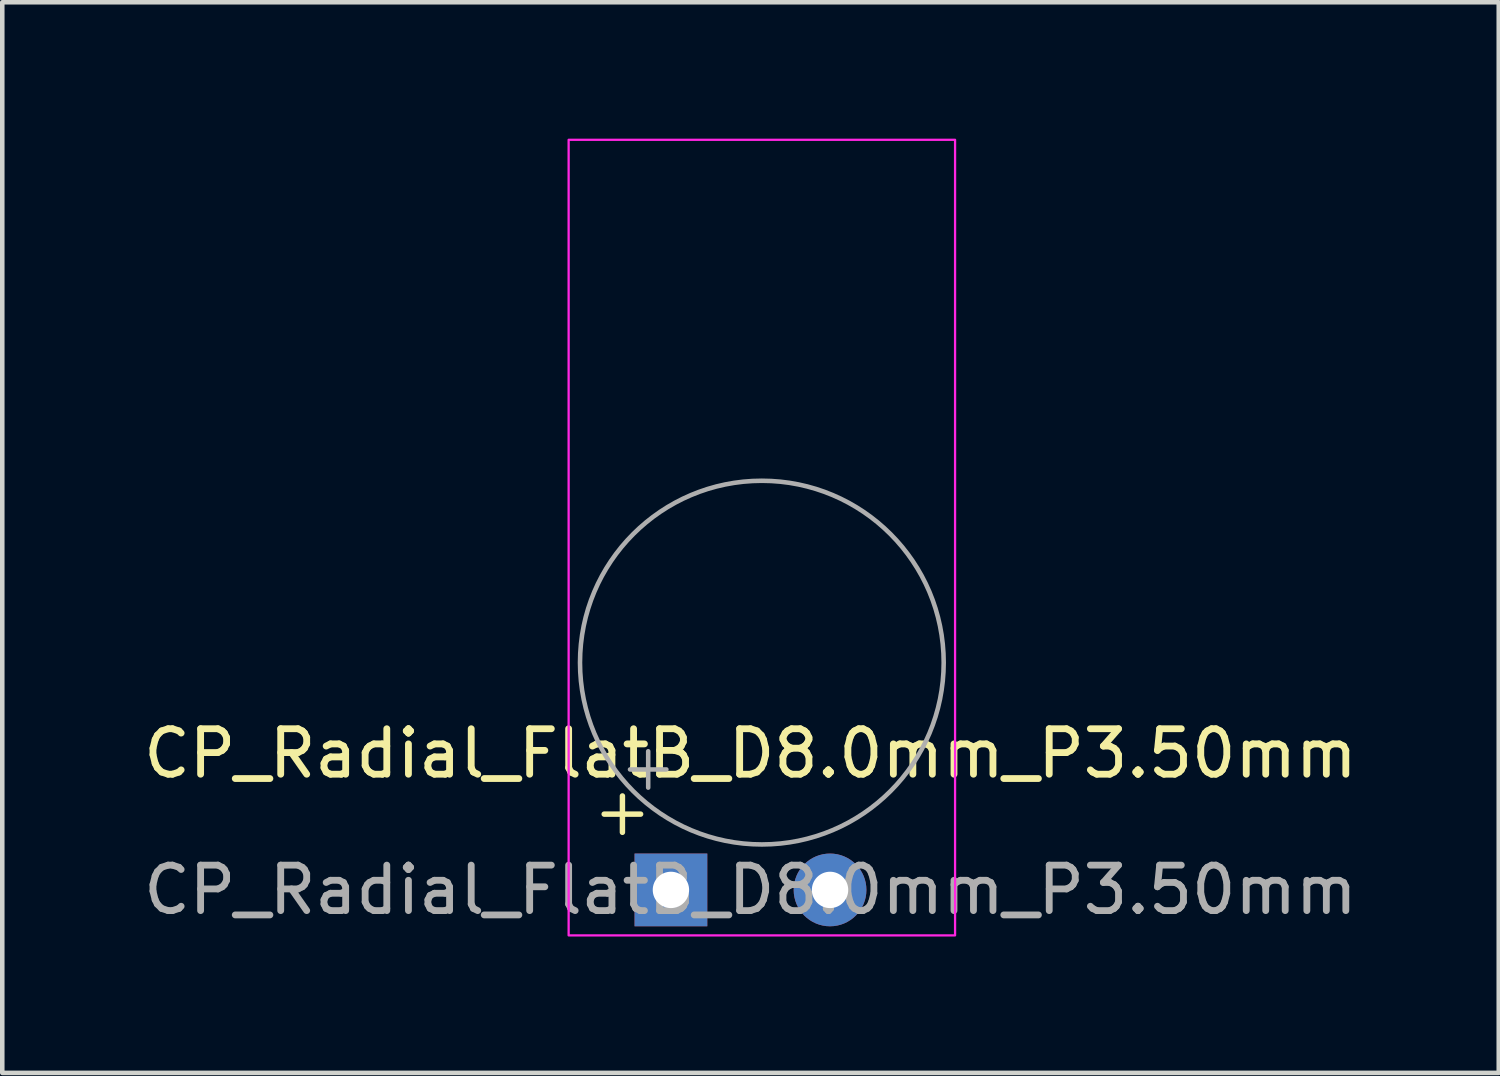
<source format=kicad_pcb>
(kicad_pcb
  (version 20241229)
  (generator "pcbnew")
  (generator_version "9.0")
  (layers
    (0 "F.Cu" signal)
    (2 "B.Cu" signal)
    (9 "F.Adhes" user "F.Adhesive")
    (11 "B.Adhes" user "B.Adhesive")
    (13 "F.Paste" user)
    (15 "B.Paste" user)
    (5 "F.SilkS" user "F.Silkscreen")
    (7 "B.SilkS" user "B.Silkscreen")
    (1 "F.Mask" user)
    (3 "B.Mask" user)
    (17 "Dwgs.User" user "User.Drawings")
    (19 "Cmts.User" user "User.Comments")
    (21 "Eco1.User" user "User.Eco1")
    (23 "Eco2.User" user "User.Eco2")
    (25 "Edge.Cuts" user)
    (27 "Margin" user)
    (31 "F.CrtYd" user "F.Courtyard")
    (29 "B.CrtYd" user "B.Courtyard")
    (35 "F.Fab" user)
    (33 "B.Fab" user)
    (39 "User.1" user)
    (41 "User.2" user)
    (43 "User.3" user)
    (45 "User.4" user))
  (footprint "CP_Radial_FlatB_D8.0mm_P3.50mm"
    (layer "F.Cu")
    (at 11.708 16.525)
    (property "Reference" "CP_Radial_FlatB_D8.0mm_P3.50mm" (at 1.75 -3 0) (layer "F.SilkS") (effects (font (size 1 1) (thickness 0.15))))
    (attr through_hole)
    (fp_line (start -1.468 -1.667) (end -0.667 -1.667) (stroke (width 0.12) (type solid)) (layer "F.SilkS"))
    (fp_line (start -1.067 -1.267) (end -1.067 -2.067) (stroke (width 0.12) (type solid)) (layer "F.SilkS"))
    (fp_rect (start -2.25 -16.5) (end 6.25 1) (stroke (width 0.05) (type default)) (fill no) (layer "F.CrtYd"))
    (fp_line (start -0.9 -2.65) (end -0.1 -2.65) (stroke (width 0.1) (type solid)) (layer "F.Fab"))
    (fp_line (start -0.5 -2.25) (end -0.5 -3.05) (stroke (width 0.1) (type solid)) (layer "F.Fab"))
    (fp_circle (center 2 -5) (end 6 -5) (stroke (width 0.1) (type solid)) (fill no) (layer "F.Fab"))
    (fp_text user "${REFERENCE}" (at 1.75 0 0) (layer "F.Fab") (effects (font (size 1 1) (thickness 0.15))))
    (pad "1" thru_hole rect (at 0 0) (size 1.6 1.6) (drill 0.8) (layers "*.Cu" "*.Mask"))
    (pad "2" thru_hole circle (at 3.5 0) (size 1.6 1.6) (drill 0.8) (layers "*.Cu" "*.Mask")))
  (gr_rect
    (start -3 -3)
    (end 29.917 20.55)
    (stroke (width 0.1) (type default))
    (fill no)
    (layer "Edge.Cuts")))
</source>
